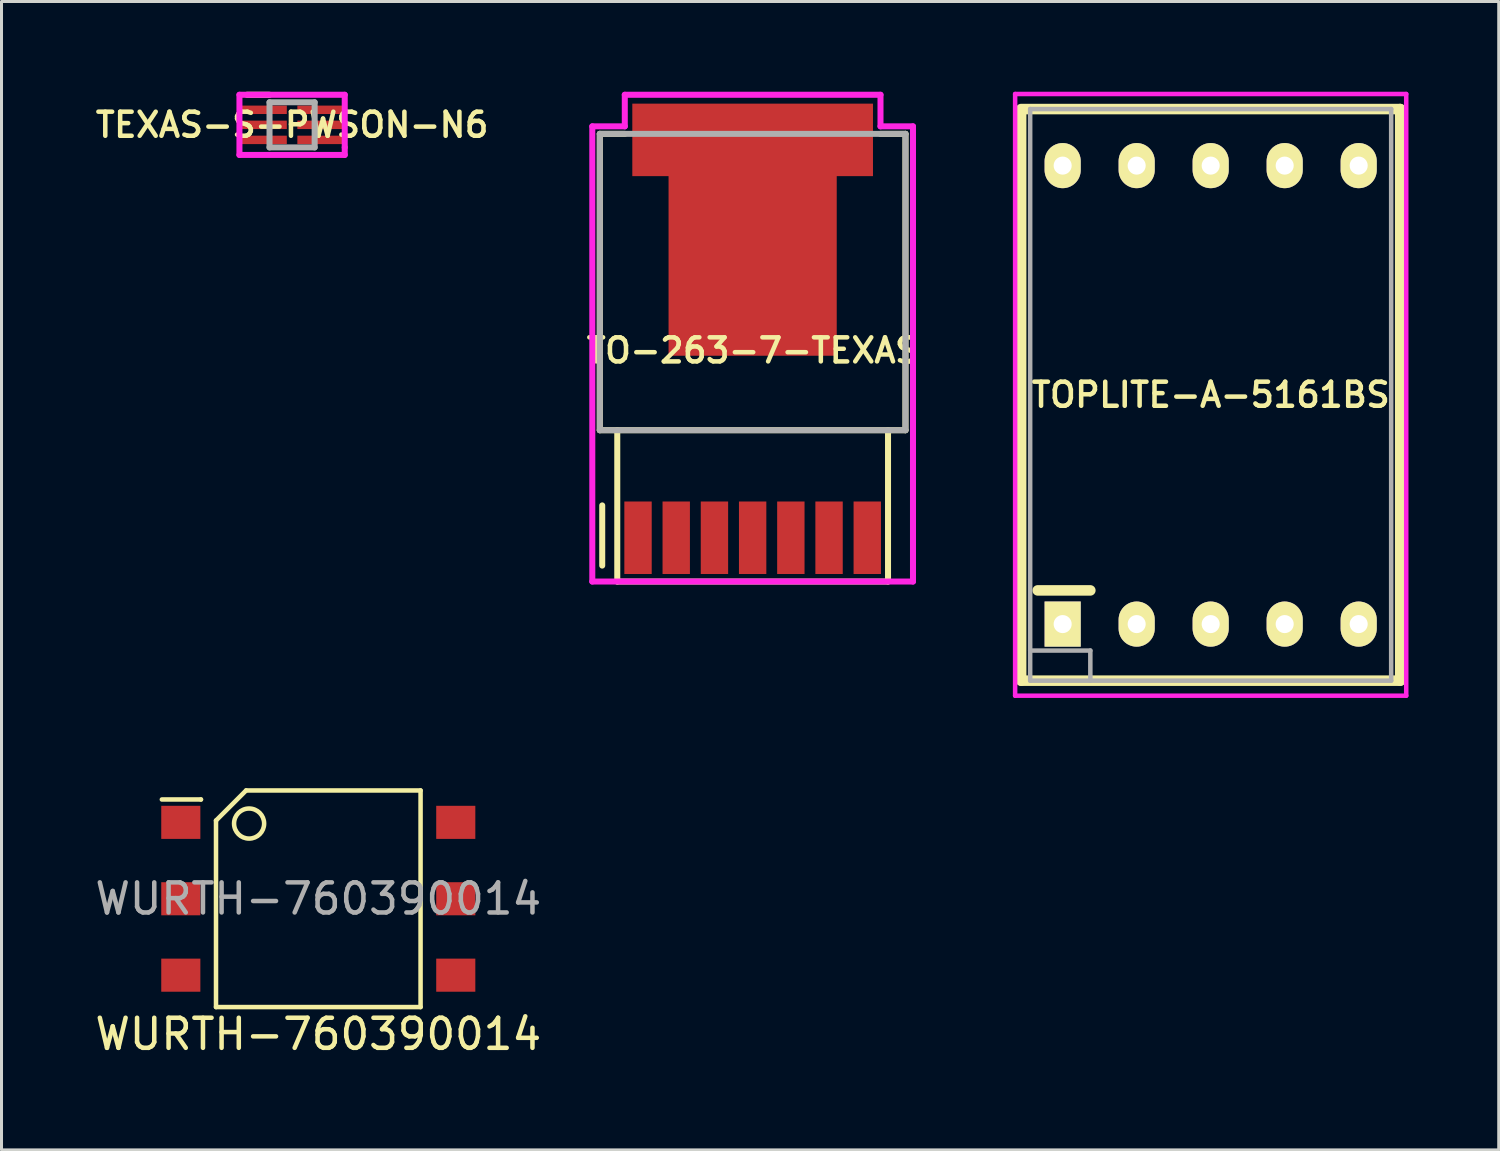
<source format=kicad_pcb>
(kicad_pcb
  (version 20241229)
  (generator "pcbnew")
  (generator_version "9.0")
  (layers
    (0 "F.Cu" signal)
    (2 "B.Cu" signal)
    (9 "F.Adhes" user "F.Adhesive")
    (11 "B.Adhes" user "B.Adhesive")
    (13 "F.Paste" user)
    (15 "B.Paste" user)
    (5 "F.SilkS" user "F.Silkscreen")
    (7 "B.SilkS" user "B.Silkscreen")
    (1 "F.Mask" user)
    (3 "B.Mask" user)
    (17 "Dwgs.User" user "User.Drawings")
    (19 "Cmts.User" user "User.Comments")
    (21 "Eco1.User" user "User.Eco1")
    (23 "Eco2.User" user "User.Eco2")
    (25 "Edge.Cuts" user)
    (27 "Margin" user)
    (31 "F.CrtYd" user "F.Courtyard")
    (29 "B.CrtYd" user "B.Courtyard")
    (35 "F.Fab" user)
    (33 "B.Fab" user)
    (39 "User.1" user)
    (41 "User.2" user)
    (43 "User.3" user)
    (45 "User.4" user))
  (footprint "WURTH-760390014"
    (layer "F.Cu")
    (at 7.53 26.825)
    (property "Reference" "WURTH-760390014" (at 0 4.5 0) (layer "F.SilkS") (effects (font (size 1 1) (thickness 0.15))))
    (attr through_hole)
    (fp_line (start -5.2 -3.3) (end -3.9 -3.3) (stroke (width 0.15) (type solid)) (layer "F.SilkS"))
    (fp_line (start -3.9 -3.3) (end -3.9 -3.3) (stroke (width 0.15) (type solid)) (layer "F.SilkS"))
    (fp_line (start -3.4 -2.6) (end -2.4 -3.6) (stroke (width 0.15) (type solid)) (layer "F.SilkS"))
    (fp_line (start -3.4 3.6) (end -3.4 -2.6) (stroke (width 0.15) (type solid)) (layer "F.SilkS"))
    (fp_line (start -2.4 -3.6) (end 3.4 -3.6) (stroke (width 0.15) (type solid)) (layer "F.SilkS"))
    (fp_line (start 3.4 -3.6) (end 3.4 3.6) (stroke (width 0.15) (type solid)) (layer "F.SilkS"))
    (fp_line (start 3.4 3.6) (end -3.4 3.6) (stroke (width 0.15) (type solid)) (layer "F.SilkS"))
    (fp_circle (center -2.3 -2.5) (end -1.9 -2.2) (stroke (width 0.15) (type solid)) (fill no) (layer "F.SilkS"))
    (fp_text user "${REFERENCE}" (at 0 0 0) (layer "F.Fab") (effects (font (size 1 1) (thickness 0.15))))
    (pad "1" smd rect (at -4.57 -2.54) (size 1.3 1.1) (layers "F.Cu" "F.Mask" "F.Paste"))
    (pad "2" smd rect (at -4.57 0) (size 1.3 1.1) (layers "F.Cu" "F.Mask" "F.Paste"))
    (pad "3" smd rect (at -4.57 2.54) (size 1.3 1.1) (layers "F.Cu" "F.Mask" "F.Paste"))
    (pad "4" smd rect (at 4.57 2.54) (size 1.3 1.1) (layers "F.Cu" "F.Mask" "F.Paste"))
    (pad "5" smd rect (at 4.57 0) (size 1.3 1.1) (layers "F.Cu" "F.Mask" "F.Paste"))
    (pad "6" smd rect (at 4.57 -2.54) (size 1.3 1.1) (layers "F.Cu" "F.Mask" "F.Paste")))
  (footprint "TEXAS-S-PWSON-N6"
    (layer "F.Cu")
    (at 6.659 1.1)
    (property "Reference" "TEXAS-S-PWSON-N6" (at 0 0 0) (layer "F.SilkS") (effects (font (size 0.8 0.8) (thickness 0.15))))
    (attr smd)
    (fp_line (start -1.5 -1) (end -0.75 -1) (stroke (width 0.2) (type solid)) (layer "F.SilkS"))
    (fp_line (start -1.75 -1) (end 1.75 -1) (stroke (width 0.2) (type solid)) (layer "F.CrtYd"))
    (fp_line (start -1.75 1) (end -1.75 -1) (stroke (width 0.2) (type solid)) (layer "F.CrtYd"))
    (fp_line (start 1.75 -1) (end 1.75 0.75) (stroke (width 0.2) (type solid)) (layer "F.CrtYd"))
    (fp_line (start 1.75 0.75) (end 1.75 1) (stroke (width 0.2) (type solid)) (layer "F.CrtYd"))
    (fp_line (start 1.75 1) (end -1.75 1) (stroke (width 0.2) (type solid)) (layer "F.CrtYd"))
    (fp_line (start -0.75 -0.75) (end 0.75 -0.75) (stroke (width 0.2) (type solid)) (layer "F.Fab"))
    (fp_line (start -0.75 0.75) (end -0.75 -0.75) (stroke (width 0.2) (type solid)) (layer "F.Fab"))
    (fp_line (start 0.75 -0.75) (end 0.75 0.75) (stroke (width 0.2) (type solid)) (layer "F.Fab"))
    (fp_line (start 0.75 0.75) (end -0.75 0.75) (stroke (width 0.2) (type solid)) (layer "F.Fab"))
    (pad "1" smd rect (at -0.925 -0.5) (size 1.5 0.28) (layers "F.Cu" "F.Mask" "F.Paste"))
    (pad "2" smd rect (at -0.925 0) (size 1.5 0.28) (layers "F.Cu" "F.Mask" "F.Paste"))
    (pad "3" smd rect (at -0.925 0.5) (size 1.5 0.28) (layers "F.Cu" "F.Mask" "F.Paste"))
    (pad "4" smd rect (at 0.925 0.5) (size 1.5 0.28) (layers "F.Cu" "F.Mask" "F.Paste"))
    (pad "5" smd rect (at 0.925 0) (size 1.5 0.28) (layers "F.Cu" "F.Mask" "F.Paste"))
    (pad "6" smd rect (at 0.925 -0.5) (size 1.5 0.28) (layers "F.Cu" "F.Mask" "F.Paste")))
  (footprint "TOPLITE-A-5161BS"
    (layer "F.Cu")
    (at 37.193 10.075)
    (property "Reference" "TOPLITE-A-5161BS" (at 0 0 0) (layer "F.SilkS") (effects (font (size 0.8 0.8) (thickness 0.15))))
    (attr through_hole)
    (fp_line (start -6.3 -9.5) (end 6.3 -9.5) (stroke (width 0.35) (type solid)) (layer "F.SilkS"))
    (fp_line (start -6.3 9.5) (end -6.3 -9.4) (stroke (width 0.35) (type solid)) (layer "F.SilkS"))
    (fp_line (start -5.75 6.5) (end -4 6.5) (stroke (width 0.35) (type solid)) (layer "F.SilkS"))
    (fp_line (start 6.3 -9.5) (end 6.3 9.5) (stroke (width 0.35) (type solid)) (layer "F.SilkS"))
    (fp_line (start 6.3 9.5) (end -6.3 9.5) (stroke (width 0.35) (type solid)) (layer "F.SilkS"))
    (fp_line (start -6.5 -10) (end 6.5 -10) (stroke (width 0.15) (type solid)) (layer "F.CrtYd"))
    (fp_line (start -6.5 10) (end -6.5 -10) (stroke (width 0.15) (type solid)) (layer "F.CrtYd"))
    (fp_line (start 6.5 -10) (end 6.5 10) (stroke (width 0.15) (type solid)) (layer "F.CrtYd"))
    (fp_line (start 6.5 10) (end -6.5 10) (stroke (width 0.15) (type solid)) (layer "F.CrtYd"))
    (fp_line (start -6 -9.5) (end 6 -9.5) (stroke (width 0.15) (type solid)) (layer "F.Fab"))
    (fp_line (start -6 8.5) (end -4 8.5) (stroke (width 0.15) (type solid)) (layer "F.Fab"))
    (fp_line (start -6 9.5) (end -6 -9.5) (stroke (width 0.15) (type solid)) (layer "F.Fab"))
    (fp_line (start -4 8.5) (end -4 9.5) (stroke (width 0.15) (type solid)) (layer "F.Fab"))
    (fp_line (start 6 -9.5) (end 6 9.5) (stroke (width 0.15) (type solid)) (layer "F.Fab"))
    (fp_line (start 6 9.5) (end -6 9.5) (stroke (width 0.15) (type solid)) (layer "F.Fab"))
    (pad "1" thru_hole rect (at -4.92 7.62) (size 1.2 1.5) (drill 0.6) (layers "*.Cu" "*.Mask" "F.SilkS"))
    (pad "2" thru_hole oval (at -2.46 7.62) (size 1.2 1.5) (drill 0.6) (layers "*.Cu" "*.Mask" "F.SilkS"))
    (pad "3" thru_hole oval (at 0 7.62) (size 1.2 1.5) (drill 0.6) (layers "*.Cu" "*.Mask" "F.SilkS"))
    (pad "4" thru_hole oval (at 2.46 7.62) (size 1.2 1.5) (drill 0.6) (layers "*.Cu" "*.Mask" "F.SilkS"))
    (pad "5" thru_hole oval (at 4.92 7.62) (size 1.2 1.5) (drill 0.6) (layers "*.Cu" "*.Mask" "F.SilkS"))
    (pad "6" thru_hole oval (at 4.92 -7.62) (size 1.2 1.5) (drill 0.6) (layers "*.Cu" "*.Mask" "F.SilkS"))
    (pad "7" thru_hole oval (at 2.46 -7.62) (size 1.2 1.5) (drill 0.6) (layers "*.Cu" "*.Mask" "F.SilkS"))
    (pad "8" thru_hole oval (at 0 -7.62) (size 1.2 1.5) (drill 0.6) (layers "*.Cu" "*.Mask" "F.SilkS"))
    (pad "9" thru_hole oval (at -2.46 -7.62) (size 1.2 1.5) (drill 0.6) (layers "*.Cu" "*.Mask" "F.SilkS"))
    (pad "10" thru_hole oval (at -4.92 -7.62) (size 1.2 1.5) (drill 0.6) (layers "*.Cu" "*.Mask" "F.SilkS")))
  (footprint "TO-263-7-TEXAS"
    (layer "F.Cu")
    (at 21.968 8.6)
    (property "Reference" "TO-263-7-TEXAS" (at 0 0 0) (layer "F.SilkS") (effects (font (size 0.8 0.8) (thickness 0.15))))
    (attr smd)
    (fp_line (start -5.08 -7.2) (end -4.25 -7.2) (stroke (width 0.2) (type solid)) (layer "F.SilkS"))
    (fp_line (start -5.08 2.65) (end -5.08 -7.2) (stroke (width 0.2) (type solid)) (layer "F.SilkS"))
    (fp_line (start -5 7.15) (end -5 5.15) (stroke (width 0.2) (type solid)) (layer "F.SilkS"))
    (fp_line (start -4.5 2.65) (end -4.5 7.68) (stroke (width 0.2) (type solid)) (layer "F.SilkS"))
    (fp_line (start -4.5 7.68) (end 4.5 7.68) (stroke (width 0.2) (type solid)) (layer "F.SilkS"))
    (fp_line (start 4.25 -7.2) (end 5.08 -7.2) (stroke (width 0.2) (type solid)) (layer "F.SilkS"))
    (fp_line (start 4.5 7.68) (end 4.5 2.65) (stroke (width 0.2) (type solid)) (layer "F.SilkS"))
    (fp_line (start 5.08 -7.2) (end 5.08 2.65) (stroke (width 0.2) (type solid)) (layer "F.SilkS"))
    (fp_line (start 5.08 2.65) (end -5.08 2.65) (stroke (width 0.2) (type solid)) (layer "F.SilkS"))
    (fp_line (start -5.33 -7.45) (end -4.25 -7.45) (stroke (width 0.2) (type solid)) (layer "F.CrtYd"))
    (fp_line (start -5.33 7.68) (end -5.33 -7.45) (stroke (width 0.2) (type solid)) (layer "F.CrtYd"))
    (fp_line (start -4.25 -8.5) (end -4.25 -7.45) (stroke (width 0.2) (type solid)) (layer "F.CrtYd"))
    (fp_line (start 4.25 -8.5) (end -4.25 -8.5) (stroke (width 0.2) (type solid)) (layer "F.CrtYd"))
    (fp_line (start 4.25 -7.45) (end 4.25 -8.5) (stroke (width 0.2) (type solid)) (layer "F.CrtYd"))
    (fp_line (start 4.25 -7.45) (end 5.33 -7.45) (stroke (width 0.2) (type solid)) (layer "F.CrtYd"))
    (fp_line (start 5.33 -7.45) (end 5.33 7.68) (stroke (width 0.2) (type solid)) (layer "F.CrtYd"))
    (fp_line (start 5.33 7.68) (end -5.33 7.68) (stroke (width 0.2) (type solid)) (layer "F.CrtYd"))
    (fp_line (start -5.08 -7.2) (end 5.08 -7.2) (stroke (width 0.2) (type solid)) (layer "F.Fab"))
    (fp_line (start -5.08 2.65) (end -5.08 -7.2) (stroke (width 0.2) (type solid)) (layer "F.Fab"))
    (fp_line (start 5.08 -7.2) (end 5.08 2.65) (stroke (width 0.2) (type solid)) (layer "F.Fab"))
    (fp_line (start 5.08 2.65) (end -5.08 2.65) (stroke (width 0.2) (type solid)) (layer "F.Fab"))
    (pad "1" smd rect (at -3.81 6.225) (size 0.91 2.41) (layers "F.Cu" "F.Mask" "F.Paste"))
    (pad "2" smd rect (at -2.54 6.225) (size 0.91 2.41) (layers "F.Cu" "F.Mask" "F.Paste"))
    (pad "3" smd rect (at -1.27 6.225) (size 0.91 2.41) (layers "F.Cu" "F.Mask" "F.Paste"))
    (pad "4" smd rect (at 0 6.225) (size 0.91 2.41) (layers "F.Cu" "F.Mask" "F.Paste"))
    (pad "5" smd rect (at 1.27 6.225) (size 0.91 2.41) (layers "F.Cu" "F.Mask" "F.Paste"))
    (pad "6" smd rect (at 2.54 6.225) (size 0.91 2.41) (layers "F.Cu" "F.Mask" "F.Paste"))
    (pad "7" smd rect (at 3.81 6.225) (size 0.91 2.41) (layers "F.Cu" "F.Mask" "F.Paste"))
    (pad "8" smd rect (at 0 -7) (size 8 2.41) (layers "F.Cu" "F.Mask" "F.Paste"))
    (pad "8" smd rect (at 0 -3) (size 5.59 6.35) (layers "F.Cu" "F.Mask" "F.Paste")))
  (gr_rect
    (start -3 -3)
    (end 46.768 35.173)
    (stroke (width 0.1) (type default))
    (fill no)
    (layer "Edge.Cuts")))
</source>
